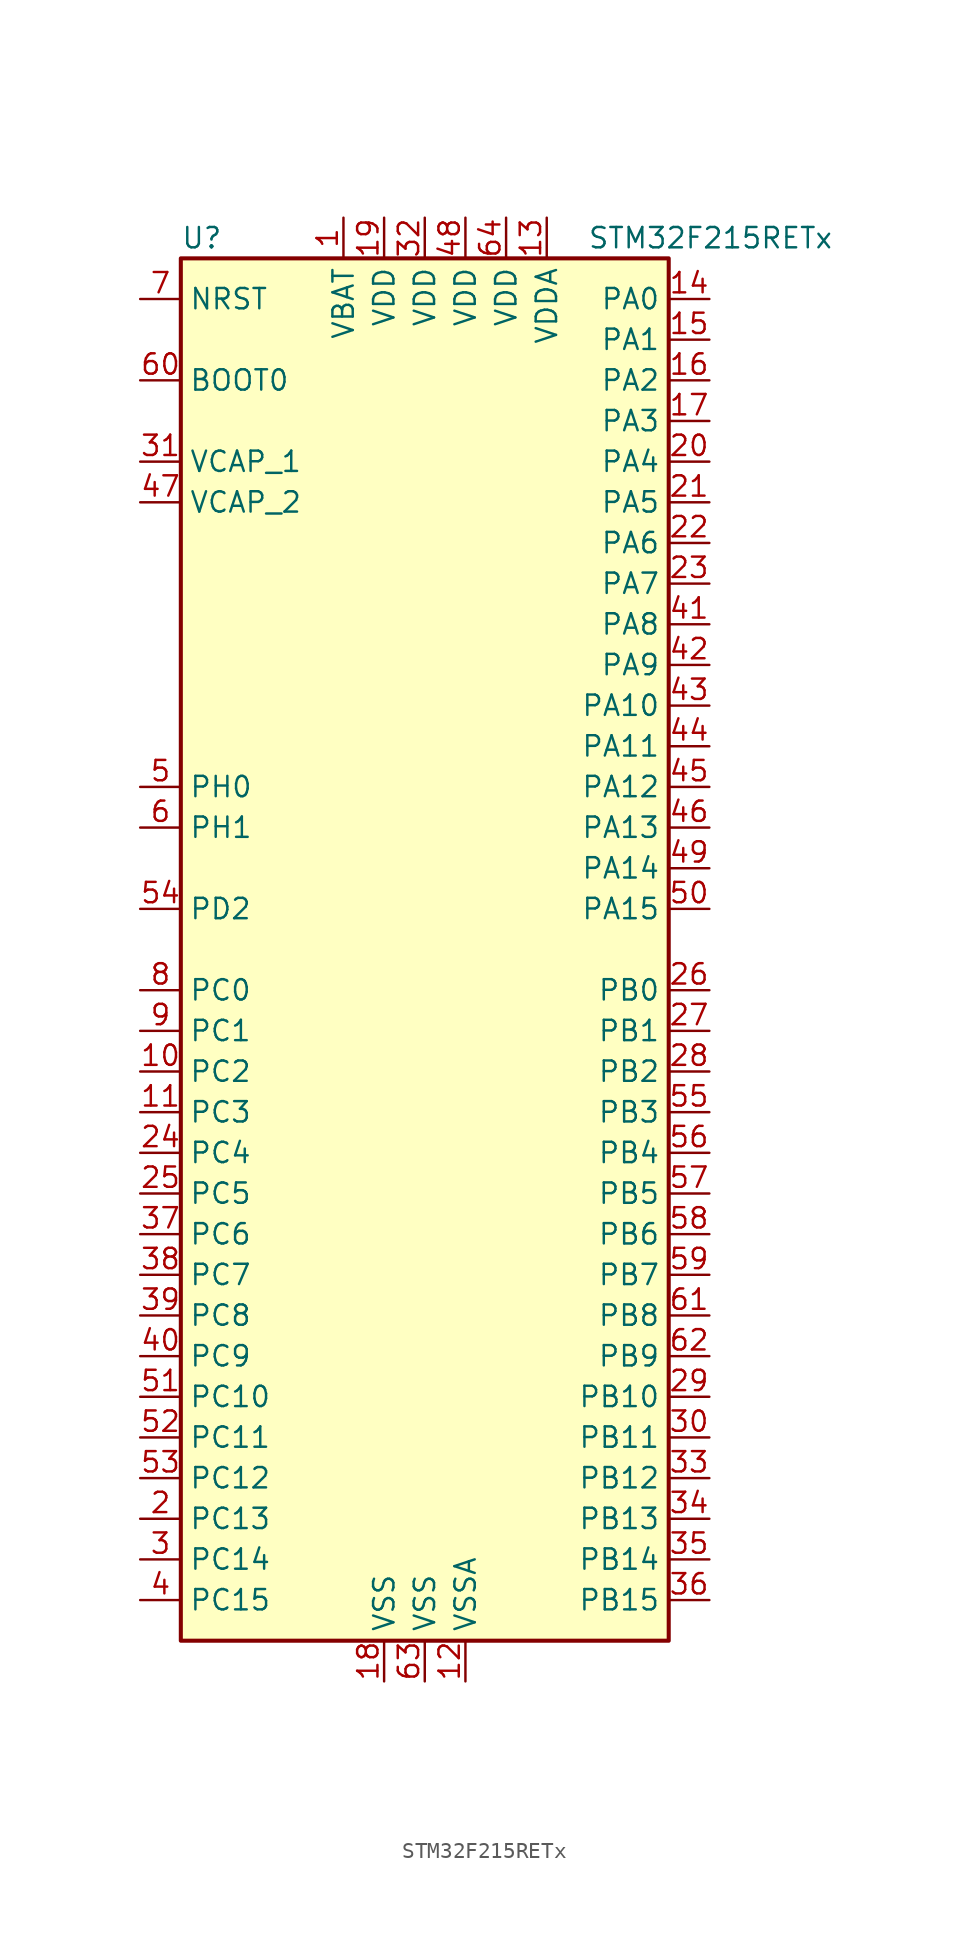
<source format=kicad_sym>
(kicad_symbol_lib
  (version 20201005)
  (generator kicad_symbol_editor)
  (symbol "MCU_ST_STM32F2:STM32F215RETx"
    (property "Reference" "U"
      (at -15.24 44.45 0)
      (effects (font (size 1.27 1.27)) (justify left)))
    (property "Value" "STM32F215RETx"
      (at 10.16 44.45 0)
      (effects (font (size 1.27 1.27)) (justify left)))
    (symbol "STM32F215RETx_0_1"
      (rectangle (start -15.24 -43.18) (end 15.24 43.18) (stroke (width 0.254)) (fill (type background))))
    (symbol "STM32F215RETx_1_1"
      (pin input line (at -17.78 35.56 0) (length 2.54) (name "BOOT0" (effects (font (size 1.27 1.27)))) (number "60" (effects (font (size 1.27 1.27)))))
      (pin input line (at -17.78 40.64 0) (length 2.54) (name "NRST" (effects (font (size 1.27 1.27)))) (number "7" (effects (font (size 1.27 1.27)))))
      (pin bidirectional line (at 17.78 40.64 180) (length 2.54) (name "PA0" (effects (font (size 1.27 1.27)))) (number "14" (effects (font (size 1.27 1.27)))))
      (pin bidirectional line (at 17.78 38.1 180) (length 2.54) (name "PA1" (effects (font (size 1.27 1.27)))) (number "15" (effects (font (size 1.27 1.27)))))
      (pin bidirectional line (at 17.78 15.24 180) (length 2.54) (name "PA10" (effects (font (size 1.27 1.27)))) (number "43" (effects (font (size 1.27 1.27)))))
      (pin bidirectional line (at 17.78 12.7 180) (length 2.54) (name "PA11" (effects (font (size 1.27 1.27)))) (number "44" (effects (font (size 1.27 1.27)))))
      (pin bidirectional line (at 17.78 10.16 180) (length 2.54) (name "PA12" (effects (font (size 1.27 1.27)))) (number "45" (effects (font (size 1.27 1.27)))))
      (pin bidirectional line (at 17.78 7.62 180) (length 2.54) (name "PA13" (effects (font (size 1.27 1.27)))) (number "46" (effects (font (size 1.27 1.27)))))
      (pin bidirectional line (at 17.78 5.08 180) (length 2.54) (name "PA14" (effects (font (size 1.27 1.27)))) (number "49" (effects (font (size 1.27 1.27)))))
      (pin bidirectional line (at 17.78 2.54 180) (length 2.54) (name "PA15" (effects (font (size 1.27 1.27)))) (number "50" (effects (font (size 1.27 1.27)))))
      (pin bidirectional line (at 17.78 35.56 180) (length 2.54) (name "PA2" (effects (font (size 1.27 1.27)))) (number "16" (effects (font (size 1.27 1.27)))))
      (pin bidirectional line (at 17.78 33.02 180) (length 2.54) (name "PA3" (effects (font (size 1.27 1.27)))) (number "17" (effects (font (size 1.27 1.27)))))
      (pin bidirectional line (at 17.78 30.48 180) (length 2.54) (name "PA4" (effects (font (size 1.27 1.27)))) (number "20" (effects (font (size 1.27 1.27)))))
      (pin bidirectional line (at 17.78 27.94 180) (length 2.54) (name "PA5" (effects (font (size 1.27 1.27)))) (number "21" (effects (font (size 1.27 1.27)))))
      (pin bidirectional line (at 17.78 25.4 180) (length 2.54) (name "PA6" (effects (font (size 1.27 1.27)))) (number "22" (effects (font (size 1.27 1.27)))))
      (pin bidirectional line (at 17.78 22.86 180) (length 2.54) (name "PA7" (effects (font (size 1.27 1.27)))) (number "23" (effects (font (size 1.27 1.27)))))
      (pin bidirectional line (at 17.78 20.32 180) (length 2.54) (name "PA8" (effects (font (size 1.27 1.27)))) (number "41" (effects (font (size 1.27 1.27)))))
      (pin bidirectional line (at 17.78 17.78 180) (length 2.54) (name "PA9" (effects (font (size 1.27 1.27)))) (number "42" (effects (font (size 1.27 1.27)))))
      (pin bidirectional line (at 17.78 -2.54 180) (length 2.54) (name "PB0" (effects (font (size 1.27 1.27)))) (number "26" (effects (font (size 1.27 1.27)))))
      (pin bidirectional line (at 17.78 -5.08 180) (length 2.54) (name "PB1" (effects (font (size 1.27 1.27)))) (number "27" (effects (font (size 1.27 1.27)))))
      (pin bidirectional line (at 17.78 -27.94 180) (length 2.54) (name "PB10" (effects (font (size 1.27 1.27)))) (number "29" (effects (font (size 1.27 1.27)))))
      (pin bidirectional line (at 17.78 -30.48 180) (length 2.54) (name "PB11" (effects (font (size 1.27 1.27)))) (number "30" (effects (font (size 1.27 1.27)))))
      (pin bidirectional line (at 17.78 -33.02 180) (length 2.54) (name "PB12" (effects (font (size 1.27 1.27)))) (number "33" (effects (font (size 1.27 1.27)))))
      (pin bidirectional line (at 17.78 -35.56 180) (length 2.54) (name "PB13" (effects (font (size 1.27 1.27)))) (number "34" (effects (font (size 1.27 1.27)))))
      (pin bidirectional line (at 17.78 -38.1 180) (length 2.54) (name "PB14" (effects (font (size 1.27 1.27)))) (number "35" (effects (font (size 1.27 1.27)))))
      (pin bidirectional line (at 17.78 -40.64 180) (length 2.54) (name "PB15" (effects (font (size 1.27 1.27)))) (number "36" (effects (font (size 1.27 1.27)))))
      (pin bidirectional line (at 17.78 -7.62 180) (length 2.54) (name "PB2" (effects (font (size 1.27 1.27)))) (number "28" (effects (font (size 1.27 1.27)))))
      (pin bidirectional line (at 17.78 -10.16 180) (length 2.54) (name "PB3" (effects (font (size 1.27 1.27)))) (number "55" (effects (font (size 1.27 1.27)))))
      (pin bidirectional line (at 17.78 -12.7 180) (length 2.54) (name "PB4" (effects (font (size 1.27 1.27)))) (number "56" (effects (font (size 1.27 1.27)))))
      (pin bidirectional line (at 17.78 -15.24 180) (length 2.54) (name "PB5" (effects (font (size 1.27 1.27)))) (number "57" (effects (font (size 1.27 1.27)))))
      (pin bidirectional line (at 17.78 -17.78 180) (length 2.54) (name "PB6" (effects (font (size 1.27 1.27)))) (number "58" (effects (font (size 1.27 1.27)))))
      (pin bidirectional line (at 17.78 -20.32 180) (length 2.54) (name "PB7" (effects (font (size 1.27 1.27)))) (number "59" (effects (font (size 1.27 1.27)))))
      (pin bidirectional line (at 17.78 -22.86 180) (length 2.54) (name "PB8" (effects (font (size 1.27 1.27)))) (number "61" (effects (font (size 1.27 1.27)))))
      (pin bidirectional line (at 17.78 -25.4 180) (length 2.54) (name "PB9" (effects (font (size 1.27 1.27)))) (number "62" (effects (font (size 1.27 1.27)))))
      (pin bidirectional line (at -17.78 -2.54 0) (length 2.54) (name "PC0" (effects (font (size 1.27 1.27)))) (number "8" (effects (font (size 1.27 1.27)))))
      (pin bidirectional line (at -17.78 -5.08 0) (length 2.54) (name "PC1" (effects (font (size 1.27 1.27)))) (number "9" (effects (font (size 1.27 1.27)))))
      (pin bidirectional line (at -17.78 -27.94 0) (length 2.54) (name "PC10" (effects (font (size 1.27 1.27)))) (number "51" (effects (font (size 1.27 1.27)))))
      (pin bidirectional line (at -17.78 -30.48 0) (length 2.54) (name "PC11" (effects (font (size 1.27 1.27)))) (number "52" (effects (font (size 1.27 1.27)))))
      (pin bidirectional line (at -17.78 -33.02 0) (length 2.54) (name "PC12" (effects (font (size 1.27 1.27)))) (number "53" (effects (font (size 1.27 1.27)))))
      (pin bidirectional line (at -17.78 -35.56 0) (length 2.54) (name "PC13" (effects (font (size 1.27 1.27)))) (number "2" (effects (font (size 1.27 1.27)))))
      (pin bidirectional line (at -17.78 -38.1 0) (length 2.54) (name "PC14" (effects (font (size 1.27 1.27)))) (number "3" (effects (font (size 1.27 1.27)))))
      (pin bidirectional line (at -17.78 -40.64 0) (length 2.54) (name "PC15" (effects (font (size 1.27 1.27)))) (number "4" (effects (font (size 1.27 1.27)))))
      (pin bidirectional line (at -17.78 -7.62 0) (length 2.54) (name "PC2" (effects (font (size 1.27 1.27)))) (number "10" (effects (font (size 1.27 1.27)))))
      (pin bidirectional line (at -17.78 -10.16 0) (length 2.54) (name "PC3" (effects (font (size 1.27 1.27)))) (number "11" (effects (font (size 1.27 1.27)))))
      (pin bidirectional line (at -17.78 -12.7 0) (length 2.54) (name "PC4" (effects (font (size 1.27 1.27)))) (number "24" (effects (font (size 1.27 1.27)))))
      (pin bidirectional line (at -17.78 -15.24 0) (length 2.54) (name "PC5" (effects (font (size 1.27 1.27)))) (number "25" (effects (font (size 1.27 1.27)))))
      (pin bidirectional line (at -17.78 -17.78 0) (length 2.54) (name "PC6" (effects (font (size 1.27 1.27)))) (number "37" (effects (font (size 1.27 1.27)))))
      (pin bidirectional line (at -17.78 -20.32 0) (length 2.54) (name "PC7" (effects (font (size 1.27 1.27)))) (number "38" (effects (font (size 1.27 1.27)))))
      (pin bidirectional line (at -17.78 -22.86 0) (length 2.54) (name "PC8" (effects (font (size 1.27 1.27)))) (number "39" (effects (font (size 1.27 1.27)))))
      (pin bidirectional line (at -17.78 -25.4 0) (length 2.54) (name "PC9" (effects (font (size 1.27 1.27)))) (number "40" (effects (font (size 1.27 1.27)))))
      (pin bidirectional line (at -17.78 2.54 0) (length 2.54) (name "PD2" (effects (font (size 1.27 1.27)))) (number "54" (effects (font (size 1.27 1.27)))))
      (pin input line (at -17.78 10.16 0) (length 2.54) (name "PH0" (effects (font (size 1.27 1.27)))) (number "5" (effects (font (size 1.27 1.27)))))
      (pin input line (at -17.78 7.62 0) (length 2.54) (name "PH1" (effects (font (size 1.27 1.27)))) (number "6" (effects (font (size 1.27 1.27)))))
      (pin power_in line (at -5.08 45.72 270) (length 2.54) (name "VBAT" (effects (font (size 1.27 1.27)))) (number "1" (effects (font (size 1.27 1.27)))))
      (pin power_in line (at -17.78 30.48 0) (length 2.54) (name "VCAP_1" (effects (font (size 1.27 1.27)))) (number "31" (effects (font (size 1.27 1.27)))))
      (pin power_in line (at -17.78 27.94 0) (length 2.54) (name "VCAP_2" (effects (font (size 1.27 1.27)))) (number "47" (effects (font (size 1.27 1.27)))))
      (pin power_in line (at -2.54 45.72 270) (length 2.54) (name "VDD" (effects (font (size 1.27 1.27)))) (number "19" (effects (font (size 1.27 1.27)))))
      (pin power_in line (at 0 45.72 270) (length 2.54) (name "VDD" (effects (font (size 1.27 1.27)))) (number "32" (effects (font (size 1.27 1.27)))))
      (pin power_in line (at 2.54 45.72 270) (length 2.54) (name "VDD" (effects (font (size 1.27 1.27)))) (number "48" (effects (font (size 1.27 1.27)))))
      (pin power_in line (at 5.08 45.72 270) (length 2.54) (name "VDD" (effects (font (size 1.27 1.27)))) (number "64" (effects (font (size 1.27 1.27)))))
      (pin power_in line (at 7.62 45.72 270) (length 2.54) (name "VDDA" (effects (font (size 1.27 1.27)))) (number "13" (effects (font (size 1.27 1.27)))))
      (pin power_in line (at -2.54 -45.72 90) (length 2.54) (name "VSS" (effects (font (size 1.27 1.27)))) (number "18" (effects (font (size 1.27 1.27)))))
      (pin power_in line (at 0 -45.72 90) (length 2.54) (name "VSS" (effects (font (size 1.27 1.27)))) (number "63" (effects (font (size 1.27 1.27)))))
      (pin power_in line (at 2.54 -45.72 90) (length 2.54) (name "VSSA" (effects (font (size 1.27 1.27)))) (number "12" (effects (font (size 1.27 1.27))))))))
</source>
